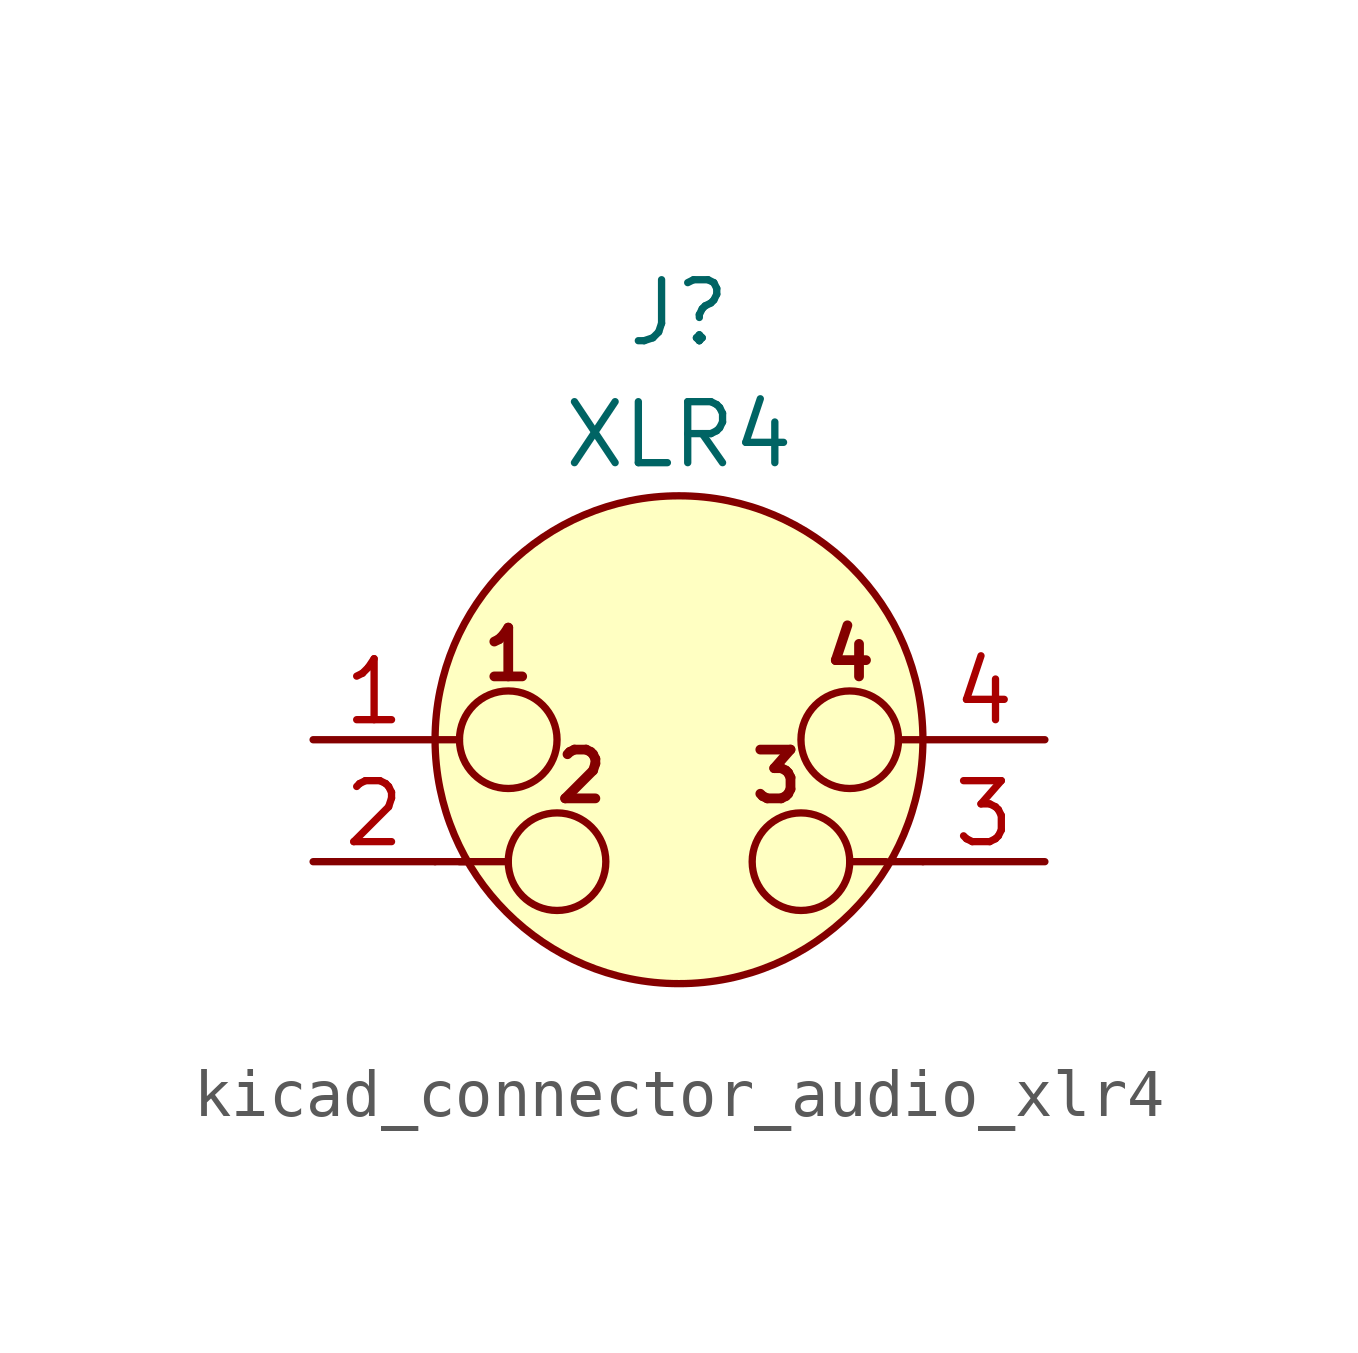
<source format=kicad_sym>
(kicad_symbol_lib
  (version 20220914)
  (generator kicad_symbol_editor)
  (symbol "kicad_connector_audio_xlr4"
    (pin_names hide)
    (property "Reference" "J"
      (at 0 8.89 0)
      (effects (font (size 1.27 1.27))))
    (property "Value" "XLR4"
      (at 0 6.35 0)
      (effects (font (size 1.27 1.27))))
    (symbol "kicad_connector_audio_xlr4_0_1"
      (circle (center -3.556 0) (radius 1.016) (stroke (width 0) (type default)) (fill (type none)))
      (circle (center -2.54 -2.54) (radius 1.016) (stroke (width 0) (type default)) (fill (type none)))
      (polyline (pts (xy -5.08 -2.54) (xy -4.445 -2.54)) (stroke (width 0) (type default)) (fill (type none)))
      (polyline (pts (xy -5.08 0) (xy -4.572 0)) (stroke (width 0) (type default)) (fill (type none)))
      (polyline (pts (xy -4.572 -2.54) (xy -3.556 -2.54)) (stroke (width 0) (type default)) (fill (type none)))
      (polyline (pts (xy 4.318 -2.54) (xy 3.556 -2.54)) (stroke (width 0) (type default)) (fill (type none)))
      (polyline (pts (xy 5.08 -2.54) (xy 4.445 -2.54)) (stroke (width 0) (type default)) (fill (type none)))
      (polyline (pts (xy 5.08 0) (xy 4.572 0)) (stroke (width 0) (type default)) (fill (type none)))
      (circle (center 0 0) (radius 5.08) (stroke (width 0) (type default)) (fill (type background)))
      (circle (center 2.54 -2.54) (radius 1.016) (stroke (width 0) (type default)) (fill (type none)))
      (circle (center 3.556 0) (radius 1.016) (stroke (width 0) (type default)) (fill (type none)))
      (text "1" (at -3.556 1.778 0) (effects (font (size 1.016 1.016) bold)))
      (text "2" (at -2.032 -0.762 0) (effects (font (size 1.016 1.016) bold)))
      (text "3" (at 2.032 -0.762 0) (effects (font (size 1.016 1.016) bold)))
      (text "4" (at 3.556 1.778 0) (effects (font (size 1.016 1.016) bold))))
    (symbol "kicad_connector_audio_xlr4_1_1"
      (pin passive line (at -7.62 0 0) (length 2.54) (name "~" (effects (font (size 1.27 1.27)))) (number "1" (effects (font (size 1.27 1.27)))))
      (pin passive line (at -7.62 -2.54 0) (length 2.54) (name "~" (effects (font (size 1.27 1.27)))) (number "2" (effects (font (size 1.27 1.27)))))
      (pin passive line (at 7.62 -2.54 180) (length 2.54) (name "~" (effects (font (size 1.27 1.27)))) (number "3" (effects (font (size 1.27 1.27)))))
      (pin passive line (at 7.62 0 180) (length 2.54) (name "~" (effects (font (size 1.27 1.27)))) (number "4" (effects (font (size 1.27 1.27))))))))
</source>
